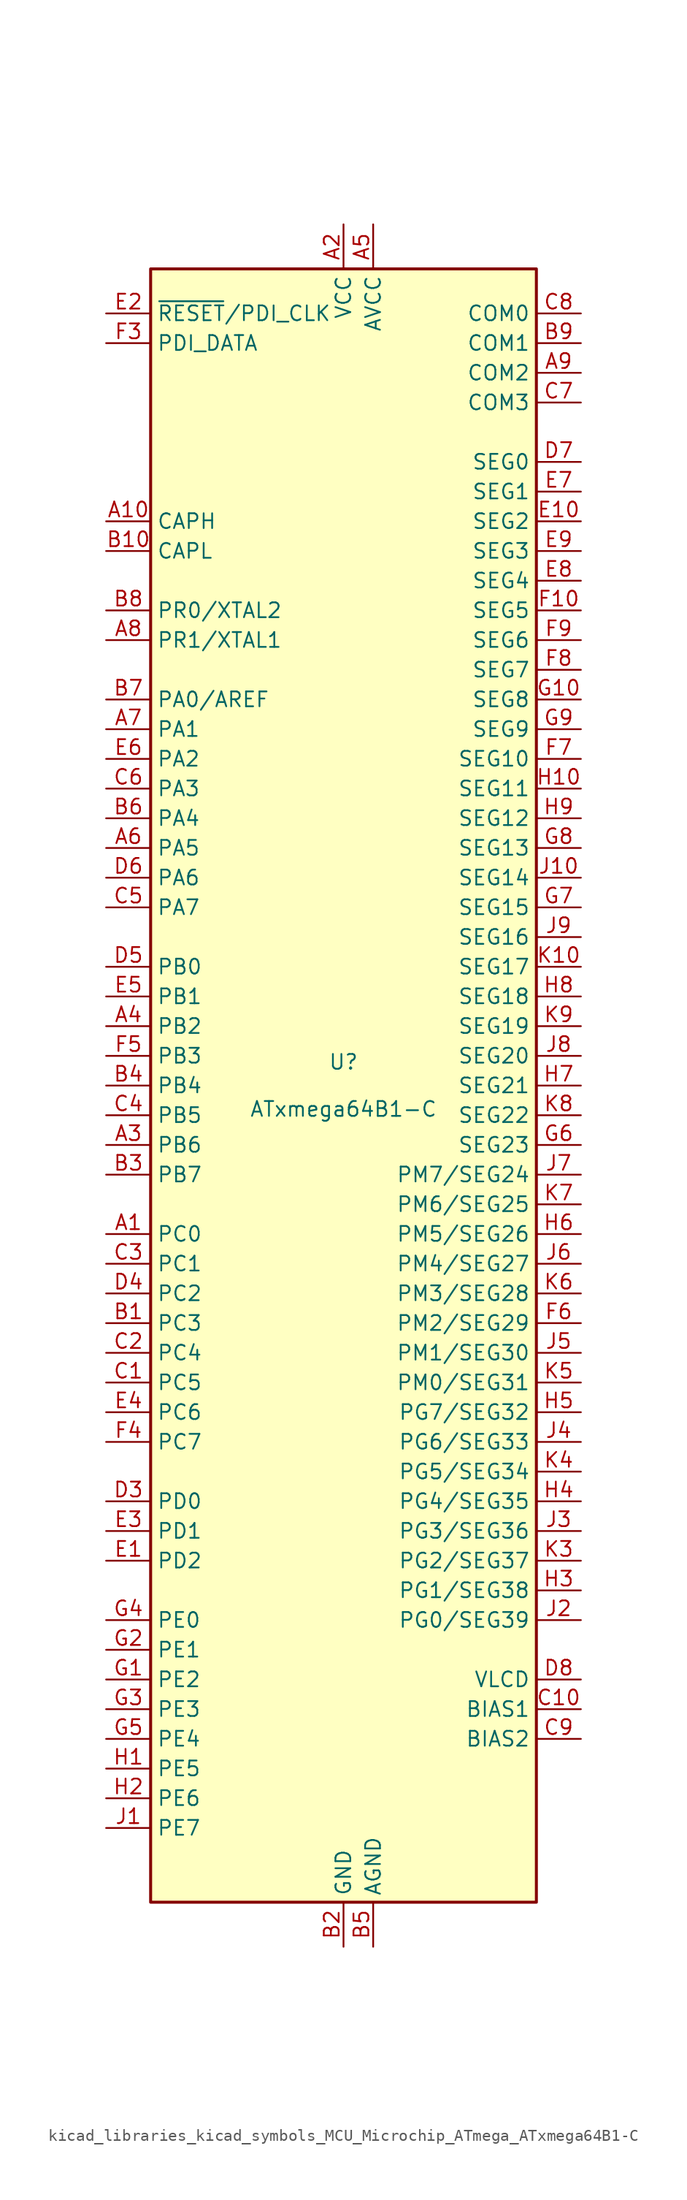
<source format=kicad_sym>
(kicad_symbol_lib
  (version 20220914)
  (generator kicad_symbol_editor)
  (symbol "kicad_libraries_kicad_symbols_MCU_Microchip_ATmega_ATxmega64B1-C"
    (property "Reference" "U"
      (at 0 1.27 0)
      (effects (font (size 1.27 1.27)) (justify bottom)))
    (property "Value" "ATxmega64B1-C"
      (at 0 -1.27 0)
      (effects (font (size 1.27 1.27)) (justify top)))
    (symbol "kicad_libraries_kicad_symbols_MCU_Microchip_ATmega_ATxmega64B1-C_0_1"
      (rectangle (start -16.51 -69.85) (end 16.51 69.85) (stroke (width 0.254) (type default)) (fill (type background))))
    (symbol "kicad_libraries_kicad_symbols_MCU_Microchip_ATmega_ATxmega64B1-C_1_1"
      (pin bidirectional line (at -20.32 -12.7 0) (length 3.81) (name "PC0" (effects (font (size 1.27 1.27)))) (number "A1" (effects (font (size 1.27 1.27)))))
      (pin passive line (at -20.32 48.26 0) (length 3.81) (name "CAPH" (effects (font (size 1.27 1.27)))) (number "A10" (effects (font (size 1.27 1.27)))))
      (pin power_in line (at 0 73.66 270) (length 3.81) (name "VCC" (effects (font (size 1.27 1.27)))) (number "A2" (effects (font (size 1.27 1.27)))))
      (pin bidirectional line (at -20.32 -5.08 0) (length 3.81) (name "PB6" (effects (font (size 1.27 1.27)))) (number "A3" (effects (font (size 1.27 1.27)))))
      (pin bidirectional line (at -20.32 5.08 0) (length 3.81) (name "PB2" (effects (font (size 1.27 1.27)))) (number "A4" (effects (font (size 1.27 1.27)))))
      (pin power_in line (at 2.54 73.66 270) (length 3.81) (name "AVCC" (effects (font (size 1.27 1.27)))) (number "A5" (effects (font (size 1.27 1.27)))))
      (pin bidirectional line (at -20.32 20.32 0) (length 3.81) (name "PA5" (effects (font (size 1.27 1.27)))) (number "A6" (effects (font (size 1.27 1.27)))))
      (pin bidirectional line (at -20.32 30.48 0) (length 3.81) (name "PA1" (effects (font (size 1.27 1.27)))) (number "A7" (effects (font (size 1.27 1.27)))))
      (pin bidirectional line (at -20.32 38.1 0) (length 3.81) (name "PR1/XTAL1" (effects (font (size 1.27 1.27)))) (number "A8" (effects (font (size 1.27 1.27)))))
      (pin output line (at 20.32 60.96 180) (length 3.81) (name "COM2" (effects (font (size 1.27 1.27)))) (number "A9" (effects (font (size 1.27 1.27)))))
      (pin bidirectional line (at -20.32 -20.32 0) (length 3.81) (name "PC3" (effects (font (size 1.27 1.27)))) (number "B1" (effects (font (size 1.27 1.27)))))
      (pin passive line (at -20.32 45.72 0) (length 3.81) (name "CAPL" (effects (font (size 1.27 1.27)))) (number "B10" (effects (font (size 1.27 1.27)))))
      (pin power_in line (at 0 -73.66 90) (length 3.81) (name "GND" (effects (font (size 1.27 1.27)))) (number "B2" (effects (font (size 1.27 1.27)))))
      (pin bidirectional line (at -20.32 -7.62 0) (length 3.81) (name "PB7" (effects (font (size 1.27 1.27)))) (number "B3" (effects (font (size 1.27 1.27)))))
      (pin bidirectional line (at -20.32 0 0) (length 3.81) (name "PB4" (effects (font (size 1.27 1.27)))) (number "B4" (effects (font (size 1.27 1.27)))))
      (pin power_in line (at 2.54 -73.66 90) (length 3.81) (name "AGND" (effects (font (size 1.27 1.27)))) (number "B5" (effects (font (size 1.27 1.27)))))
      (pin bidirectional line (at -20.32 22.86 0) (length 3.81) (name "PA4" (effects (font (size 1.27 1.27)))) (number "B6" (effects (font (size 1.27 1.27)))))
      (pin bidirectional line (at -20.32 33.02 0) (length 3.81) (name "PA0/AREF" (effects (font (size 1.27 1.27)))) (number "B7" (effects (font (size 1.27 1.27)))))
      (pin bidirectional line (at -20.32 40.64 0) (length 3.81) (name "PR0/XTAL2" (effects (font (size 1.27 1.27)))) (number "B8" (effects (font (size 1.27 1.27)))))
      (pin output line (at 20.32 63.5 180) (length 3.81) (name "COM1" (effects (font (size 1.27 1.27)))) (number "B9" (effects (font (size 1.27 1.27)))))
      (pin bidirectional line (at -20.32 -25.4 0) (length 3.81) (name "PC5" (effects (font (size 1.27 1.27)))) (number "C1" (effects (font (size 1.27 1.27)))))
      (pin power_out line (at 20.32 -53.34 180) (length 3.81) (name "BIAS1" (effects (font (size 1.27 1.27)))) (number "C10" (effects (font (size 1.27 1.27)))))
      (pin bidirectional line (at -20.32 -22.86 0) (length 3.81) (name "PC4" (effects (font (size 1.27 1.27)))) (number "C2" (effects (font (size 1.27 1.27)))))
      (pin bidirectional line (at -20.32 -15.24 0) (length 3.81) (name "PC1" (effects (font (size 1.27 1.27)))) (number "C3" (effects (font (size 1.27 1.27)))))
      (pin bidirectional line (at -20.32 -2.54 0) (length 3.81) (name "PB5" (effects (font (size 1.27 1.27)))) (number "C4" (effects (font (size 1.27 1.27)))))
      (pin bidirectional line (at -20.32 15.24 0) (length 3.81) (name "PA7" (effects (font (size 1.27 1.27)))) (number "C5" (effects (font (size 1.27 1.27)))))
      (pin bidirectional line (at -20.32 25.4 0) (length 3.81) (name "PA3" (effects (font (size 1.27 1.27)))) (number "C6" (effects (font (size 1.27 1.27)))))
      (pin output line (at 20.32 58.42 180) (length 3.81) (name "COM3" (effects (font (size 1.27 1.27)))) (number "C7" (effects (font (size 1.27 1.27)))))
      (pin output line (at 20.32 66.04 180) (length 3.81) (name "COM0" (effects (font (size 1.27 1.27)))) (number "C8" (effects (font (size 1.27 1.27)))))
      (pin power_out line (at 20.32 -55.88 180) (length 3.81) (name "BIAS2" (effects (font (size 1.27 1.27)))) (number "C9" (effects (font (size 1.27 1.27)))))
      (pin passive line (at 0 73.66 270) (length 3.81) hide (name "VCC" (effects (font (size 1.27 1.27)))) (number "D1" (effects (font (size 1.27 1.27)))))
      (pin passive line (at 0 73.66 270) (length 3.81) hide (name "VCC" (effects (font (size 1.27 1.27)))) (number "D10" (effects (font (size 1.27 1.27)))))
      (pin passive line (at 0 -73.66 90) (length 3.81) hide (name "GND" (effects (font (size 1.27 1.27)))) (number "D2" (effects (font (size 1.27 1.27)))))
      (pin bidirectional line (at -20.32 -35.56 0) (length 3.81) (name "PD0" (effects (font (size 1.27 1.27)))) (number "D3" (effects (font (size 1.27 1.27)))))
      (pin bidirectional line (at -20.32 -17.78 0) (length 3.81) (name "PC2" (effects (font (size 1.27 1.27)))) (number "D4" (effects (font (size 1.27 1.27)))))
      (pin bidirectional line (at -20.32 10.16 0) (length 3.81) (name "PB0" (effects (font (size 1.27 1.27)))) (number "D5" (effects (font (size 1.27 1.27)))))
      (pin bidirectional line (at -20.32 17.78 0) (length 3.81) (name "PA6" (effects (font (size 1.27 1.27)))) (number "D6" (effects (font (size 1.27 1.27)))))
      (pin output line (at 20.32 53.34 180) (length 3.81) (name "SEG0" (effects (font (size 1.27 1.27)))) (number "D7" (effects (font (size 1.27 1.27)))))
      (pin power_out line (at 20.32 -50.8 180) (length 3.81) (name "VLCD" (effects (font (size 1.27 1.27)))) (number "D8" (effects (font (size 1.27 1.27)))))
      (pin passive line (at 0 -73.66 90) (length 3.81) hide (name "GND" (effects (font (size 1.27 1.27)))) (number "D9" (effects (font (size 1.27 1.27)))))
      (pin bidirectional line (at -20.32 -40.64 0) (length 3.81) (name "PD2" (effects (font (size 1.27 1.27)))) (number "E1" (effects (font (size 1.27 1.27)))))
      (pin output line (at 20.32 48.26 180) (length 3.81) (name "SEG2" (effects (font (size 1.27 1.27)))) (number "E10" (effects (font (size 1.27 1.27)))))
      (pin input line (at -20.32 66.04 0) (length 3.81) (name "~{RESET}/PDI_CLK" (effects (font (size 1.27 1.27)))) (number "E2" (effects (font (size 1.27 1.27)))))
      (pin bidirectional line (at -20.32 -38.1 0) (length 3.81) (name "PD1" (effects (font (size 1.27 1.27)))) (number "E3" (effects (font (size 1.27 1.27)))))
      (pin bidirectional line (at -20.32 -27.94 0) (length 3.81) (name "PC6" (effects (font (size 1.27 1.27)))) (number "E4" (effects (font (size 1.27 1.27)))))
      (pin bidirectional line (at -20.32 7.62 0) (length 3.81) (name "PB1" (effects (font (size 1.27 1.27)))) (number "E5" (effects (font (size 1.27 1.27)))))
      (pin bidirectional line (at -20.32 27.94 0) (length 3.81) (name "PA2" (effects (font (size 1.27 1.27)))) (number "E6" (effects (font (size 1.27 1.27)))))
      (pin output line (at 20.32 50.8 180) (length 3.81) (name "SEG1" (effects (font (size 1.27 1.27)))) (number "E7" (effects (font (size 1.27 1.27)))))
      (pin output line (at 20.32 43.18 180) (length 3.81) (name "SEG4" (effects (font (size 1.27 1.27)))) (number "E8" (effects (font (size 1.27 1.27)))))
      (pin output line (at 20.32 45.72 180) (length 3.81) (name "SEG3" (effects (font (size 1.27 1.27)))) (number "E9" (effects (font (size 1.27 1.27)))))
      (pin passive line (at 0 73.66 270) (length 3.81) hide (name "VCC" (effects (font (size 1.27 1.27)))) (number "F1" (effects (font (size 1.27 1.27)))))
      (pin output line (at 20.32 40.64 180) (length 3.81) (name "SEG5" (effects (font (size 1.27 1.27)))) (number "F10" (effects (font (size 1.27 1.27)))))
      (pin passive line (at 0 -73.66 90) (length 3.81) hide (name "GND" (effects (font (size 1.27 1.27)))) (number "F2" (effects (font (size 1.27 1.27)))))
      (pin bidirectional line (at -20.32 63.5 0) (length 3.81) (name "PDI_DATA" (effects (font (size 1.27 1.27)))) (number "F3" (effects (font (size 1.27 1.27)))))
      (pin bidirectional line (at -20.32 -30.48 0) (length 3.81) (name "PC7" (effects (font (size 1.27 1.27)))) (number "F4" (effects (font (size 1.27 1.27)))))
      (pin bidirectional line (at -20.32 2.54 0) (length 3.81) (name "PB3" (effects (font (size 1.27 1.27)))) (number "F5" (effects (font (size 1.27 1.27)))))
      (pin bidirectional line (at 20.32 -20.32 180) (length 3.81) (name "PM2/SEG29" (effects (font (size 1.27 1.27)))) (number "F6" (effects (font (size 1.27 1.27)))))
      (pin output line (at 20.32 27.94 180) (length 3.81) (name "SEG10" (effects (font (size 1.27 1.27)))) (number "F7" (effects (font (size 1.27 1.27)))))
      (pin output line (at 20.32 35.56 180) (length 3.81) (name "SEG7" (effects (font (size 1.27 1.27)))) (number "F8" (effects (font (size 1.27 1.27)))))
      (pin output line (at 20.32 38.1 180) (length 3.81) (name "SEG6" (effects (font (size 1.27 1.27)))) (number "F9" (effects (font (size 1.27 1.27)))))
      (pin bidirectional line (at -20.32 -50.8 0) (length 3.81) (name "PE2" (effects (font (size 1.27 1.27)))) (number "G1" (effects (font (size 1.27 1.27)))))
      (pin output line (at 20.32 33.02 180) (length 3.81) (name "SEG8" (effects (font (size 1.27 1.27)))) (number "G10" (effects (font (size 1.27 1.27)))))
      (pin bidirectional line (at -20.32 -48.26 0) (length 3.81) (name "PE1" (effects (font (size 1.27 1.27)))) (number "G2" (effects (font (size 1.27 1.27)))))
      (pin bidirectional line (at -20.32 -53.34 0) (length 3.81) (name "PE3" (effects (font (size 1.27 1.27)))) (number "G3" (effects (font (size 1.27 1.27)))))
      (pin bidirectional line (at -20.32 -45.72 0) (length 3.81) (name "PE0" (effects (font (size 1.27 1.27)))) (number "G4" (effects (font (size 1.27 1.27)))))
      (pin bidirectional line (at -20.32 -55.88 0) (length 3.81) (name "PE4" (effects (font (size 1.27 1.27)))) (number "G5" (effects (font (size 1.27 1.27)))))
      (pin output line (at 20.32 -5.08 180) (length 3.81) (name "SEG23" (effects (font (size 1.27 1.27)))) (number "G6" (effects (font (size 1.27 1.27)))))
      (pin output line (at 20.32 15.24 180) (length 3.81) (name "SEG15" (effects (font (size 1.27 1.27)))) (number "G7" (effects (font (size 1.27 1.27)))))
      (pin output line (at 20.32 20.32 180) (length 3.81) (name "SEG13" (effects (font (size 1.27 1.27)))) (number "G8" (effects (font (size 1.27 1.27)))))
      (pin output line (at 20.32 30.48 180) (length 3.81) (name "SEG9" (effects (font (size 1.27 1.27)))) (number "G9" (effects (font (size 1.27 1.27)))))
      (pin bidirectional line (at -20.32 -58.42 0) (length 3.81) (name "PE5" (effects (font (size 1.27 1.27)))) (number "H1" (effects (font (size 1.27 1.27)))))
      (pin output line (at 20.32 25.4 180) (length 3.81) (name "SEG11" (effects (font (size 1.27 1.27)))) (number "H10" (effects (font (size 1.27 1.27)))))
      (pin bidirectional line (at -20.32 -60.96 0) (length 3.81) (name "PE6" (effects (font (size 1.27 1.27)))) (number "H2" (effects (font (size 1.27 1.27)))))
      (pin bidirectional line (at 20.32 -43.18 180) (length 3.81) (name "PG1/SEG38" (effects (font (size 1.27 1.27)))) (number "H3" (effects (font (size 1.27 1.27)))))
      (pin bidirectional line (at 20.32 -35.56 180) (length 3.81) (name "PG4/SEG35" (effects (font (size 1.27 1.27)))) (number "H4" (effects (font (size 1.27 1.27)))))
      (pin bidirectional line (at 20.32 -27.94 180) (length 3.81) (name "PG7/SEG32" (effects (font (size 1.27 1.27)))) (number "H5" (effects (font (size 1.27 1.27)))))
      (pin bidirectional line (at 20.32 -12.7 180) (length 3.81) (name "PM5/SEG26" (effects (font (size 1.27 1.27)))) (number "H6" (effects (font (size 1.27 1.27)))))
      (pin output line (at 20.32 0 180) (length 3.81) (name "SEG21" (effects (font (size 1.27 1.27)))) (number "H7" (effects (font (size 1.27 1.27)))))
      (pin output line (at 20.32 7.62 180) (length 3.81) (name "SEG18" (effects (font (size 1.27 1.27)))) (number "H8" (effects (font (size 1.27 1.27)))))
      (pin output line (at 20.32 22.86 180) (length 3.81) (name "SEG12" (effects (font (size 1.27 1.27)))) (number "H9" (effects (font (size 1.27 1.27)))))
      (pin bidirectional line (at -20.32 -63.5 0) (length 3.81) (name "PE7" (effects (font (size 1.27 1.27)))) (number "J1" (effects (font (size 1.27 1.27)))))
      (pin output line (at 20.32 17.78 180) (length 3.81) (name "SEG14" (effects (font (size 1.27 1.27)))) (number "J10" (effects (font (size 1.27 1.27)))))
      (pin bidirectional line (at 20.32 -45.72 180) (length 3.81) (name "PG0/SEG39" (effects (font (size 1.27 1.27)))) (number "J2" (effects (font (size 1.27 1.27)))))
      (pin bidirectional line (at 20.32 -38.1 180) (length 3.81) (name "PG3/SEG36" (effects (font (size 1.27 1.27)))) (number "J3" (effects (font (size 1.27 1.27)))))
      (pin bidirectional line (at 20.32 -30.48 180) (length 3.81) (name "PG6/SEG33" (effects (font (size 1.27 1.27)))) (number "J4" (effects (font (size 1.27 1.27)))))
      (pin bidirectional line (at 20.32 -22.86 180) (length 3.81) (name "PM1/SEG30" (effects (font (size 1.27 1.27)))) (number "J5" (effects (font (size 1.27 1.27)))))
      (pin bidirectional line (at 20.32 -15.24 180) (length 3.81) (name "PM4/SEG27" (effects (font (size 1.27 1.27)))) (number "J6" (effects (font (size 1.27 1.27)))))
      (pin bidirectional line (at 20.32 -7.62 180) (length 3.81) (name "PM7/SEG24" (effects (font (size 1.27 1.27)))) (number "J7" (effects (font (size 1.27 1.27)))))
      (pin output line (at 20.32 2.54 180) (length 3.81) (name "SEG20" (effects (font (size 1.27 1.27)))) (number "J8" (effects (font (size 1.27 1.27)))))
      (pin output line (at 20.32 12.7 180) (length 3.81) (name "SEG16" (effects (font (size 1.27 1.27)))) (number "J9" (effects (font (size 1.27 1.27)))))
      (pin passive line (at 0 -73.66 90) (length 3.81) hide (name "GND" (effects (font (size 1.27 1.27)))) (number "K1" (effects (font (size 1.27 1.27)))))
      (pin output line (at 20.32 10.16 180) (length 3.81) (name "SEG17" (effects (font (size 1.27 1.27)))) (number "K10" (effects (font (size 1.27 1.27)))))
      (pin passive line (at 0 73.66 270) (length 3.81) hide (name "VCC" (effects (font (size 1.27 1.27)))) (number "K2" (effects (font (size 1.27 1.27)))))
      (pin bidirectional line (at 20.32 -40.64 180) (length 3.81) (name "PG2/SEG37" (effects (font (size 1.27 1.27)))) (number "K3" (effects (font (size 1.27 1.27)))))
      (pin bidirectional line (at 20.32 -33.02 180) (length 3.81) (name "PG5/SEG34" (effects (font (size 1.27 1.27)))) (number "K4" (effects (font (size 1.27 1.27)))))
      (pin bidirectional line (at 20.32 -25.4 180) (length 3.81) (name "PM0/SEG31" (effects (font (size 1.27 1.27)))) (number "K5" (effects (font (size 1.27 1.27)))))
      (pin bidirectional line (at 20.32 -17.78 180) (length 3.81) (name "PM3/SEG28" (effects (font (size 1.27 1.27)))) (number "K6" (effects (font (size 1.27 1.27)))))
      (pin bidirectional line (at 20.32 -10.16 180) (length 3.81) (name "PM6/SEG25" (effects (font (size 1.27 1.27)))) (number "K7" (effects (font (size 1.27 1.27)))))
      (pin output line (at 20.32 -2.54 180) (length 3.81) (name "SEG22" (effects (font (size 1.27 1.27)))) (number "K8" (effects (font (size 1.27 1.27)))))
      (pin output line (at 20.32 5.08 180) (length 3.81) (name "SEG19" (effects (font (size 1.27 1.27)))) (number "K9" (effects (font (size 1.27 1.27))))))))
</source>
